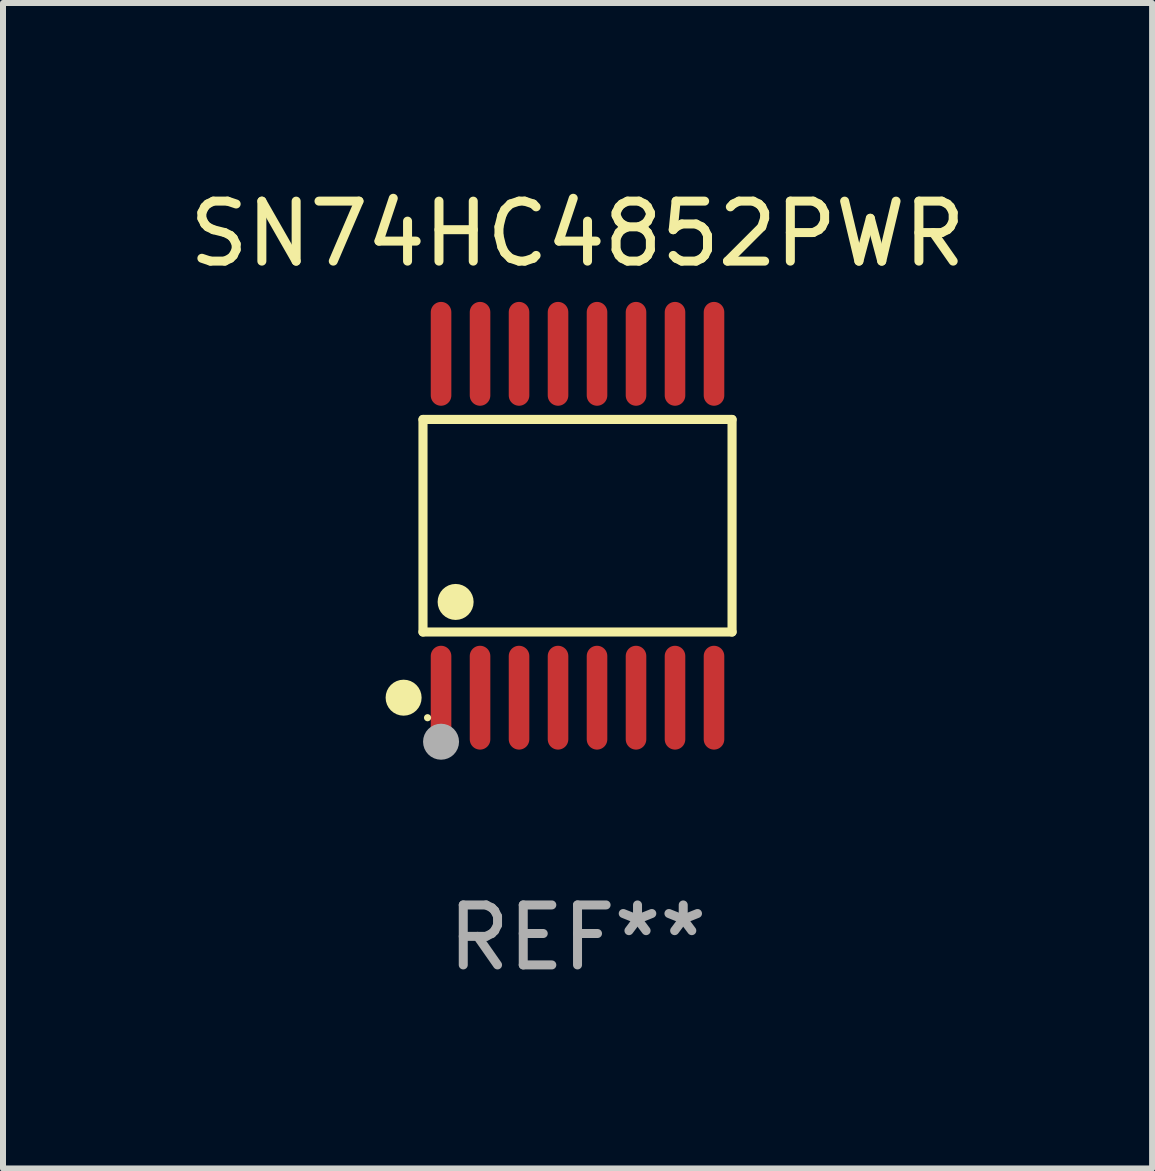
<source format=kicad_pcb>
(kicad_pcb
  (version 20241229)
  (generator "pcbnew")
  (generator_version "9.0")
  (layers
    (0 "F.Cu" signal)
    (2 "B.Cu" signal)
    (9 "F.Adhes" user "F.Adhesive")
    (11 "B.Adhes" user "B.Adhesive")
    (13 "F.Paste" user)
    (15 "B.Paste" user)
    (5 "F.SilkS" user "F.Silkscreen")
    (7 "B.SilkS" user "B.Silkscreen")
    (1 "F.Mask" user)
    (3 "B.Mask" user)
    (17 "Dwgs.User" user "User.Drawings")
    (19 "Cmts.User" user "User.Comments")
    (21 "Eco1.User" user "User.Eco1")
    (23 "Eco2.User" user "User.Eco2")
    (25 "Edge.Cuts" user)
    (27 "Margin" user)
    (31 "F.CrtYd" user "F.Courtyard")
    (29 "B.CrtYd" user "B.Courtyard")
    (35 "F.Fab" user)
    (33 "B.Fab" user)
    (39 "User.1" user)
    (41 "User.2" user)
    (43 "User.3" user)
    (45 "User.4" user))
  (footprint "SN74HC4852PWR"
    (layer "F.Cu")
    (at 6.577 5.714)
    (property "Reference" "SN74HC4852PWR" (at 0 -4.866 0) (layer "F.SilkS") (effects (font (size 1 1) (thickness 0.15))))
    (attr through_hole)
    (fp_line (start -2.576 -1.772) (end 2.576 -1.772) (stroke (width 0.152) (type solid)) (layer "F.SilkS"))
    (fp_line (start -2.576 1.771) (end -2.576 -1.772) (stroke (width 0.152) (type solid)) (layer "F.SilkS"))
    (fp_line (start 2.576 -1.772) (end 2.576 1.771) (stroke (width 0.152) (type solid)) (layer "F.SilkS"))
    (fp_line (start 2.576 1.771) (end -2.576 1.771) (stroke (width 0.152) (type solid)) (layer "F.SilkS"))
    (fp_circle (center -2.899 2.866) (end -2.749 2.866) (stroke (width 0.3) (type solid)) (fill no) (layer "F.SilkS"))
    (fp_circle (center -2.5 3.2) (end -2.47 3.2) (stroke (width 0.06) (type solid)) (fill no) (layer "F.SilkS"))
    (fp_circle (center -2.032 1.27) (end -1.882 1.27) (stroke (width 0.3) (type solid)) (fill no) (layer "F.SilkS"))
    (fp_circle (center -2.275 3.6) (end -2.125 3.6) (stroke (width 0.3) (type solid)) (fill no) (layer "F.Fab"))
    (fp_text user "REF**" (at 0 6.866 0) (layer "F.Fab") (effects (font (size 1 1) (thickness 0.15))))
    (pad "1" smd oval (at -2.275 2.866) (size 0.343 1.731) (layers "F.Cu" "F.Mask" "F.Paste"))
    (pad "2" smd oval (at -1.625 2.866) (size 0.343 1.731) (layers "F.Cu" "F.Mask" "F.Paste"))
    (pad "3" smd oval (at -0.975 2.866) (size 0.343 1.731) (layers "F.Cu" "F.Mask" "F.Paste"))
    (pad "4" smd oval (at -0.325 2.866) (size 0.343 1.731) (layers "F.Cu" "F.Mask" "F.Paste"))
    (pad "5" smd oval (at 0.325 2.866) (size 0.343 1.731) (layers "F.Cu" "F.Mask" "F.Paste"))
    (pad "6" smd oval (at 0.975 2.866) (size 0.343 1.731) (layers "F.Cu" "F.Mask" "F.Paste"))
    (pad "7" smd oval (at 1.625 2.866) (size 0.343 1.731) (layers "F.Cu" "F.Mask" "F.Paste"))
    (pad "8" smd oval (at 2.275 2.866) (size 0.343 1.731) (layers "F.Cu" "F.Mask" "F.Paste"))
    (pad "9" smd oval (at 2.275 -2.866) (size 0.343 1.731) (layers "F.Cu" "F.Mask" "F.Paste"))
    (pad "10" smd oval (at 1.625 -2.866) (size 0.343 1.731) (layers "F.Cu" "F.Mask" "F.Paste"))
    (pad "11" smd oval (at 0.975 -2.866) (size 0.343 1.731) (layers "F.Cu" "F.Mask" "F.Paste"))
    (pad "12" smd oval (at 0.325 -2.866) (size 0.343 1.731) (layers "F.Cu" "F.Mask" "F.Paste"))
    (pad "13" smd oval (at -0.325 -2.866) (size 0.343 1.731) (layers "F.Cu" "F.Mask" "F.Paste"))
    (pad "14" smd oval (at -0.975 -2.866) (size 0.343 1.731) (layers "F.Cu" "F.Mask" "F.Paste"))
    (pad "15" smd oval (at -1.625 -2.866) (size 0.343 1.731) (layers "F.Cu" "F.Mask" "F.Paste"))
    (pad "16" smd oval (at -2.275 -2.866) (size 0.343 1.731) (layers "F.Cu" "F.Mask" "F.Paste")))
  (gr_rect
    (start -3 -3)
    (end 16.155 16.428)
    (stroke (width 0.1) (type default))
    (fill no)
    (layer "Edge.Cuts")))
</source>
